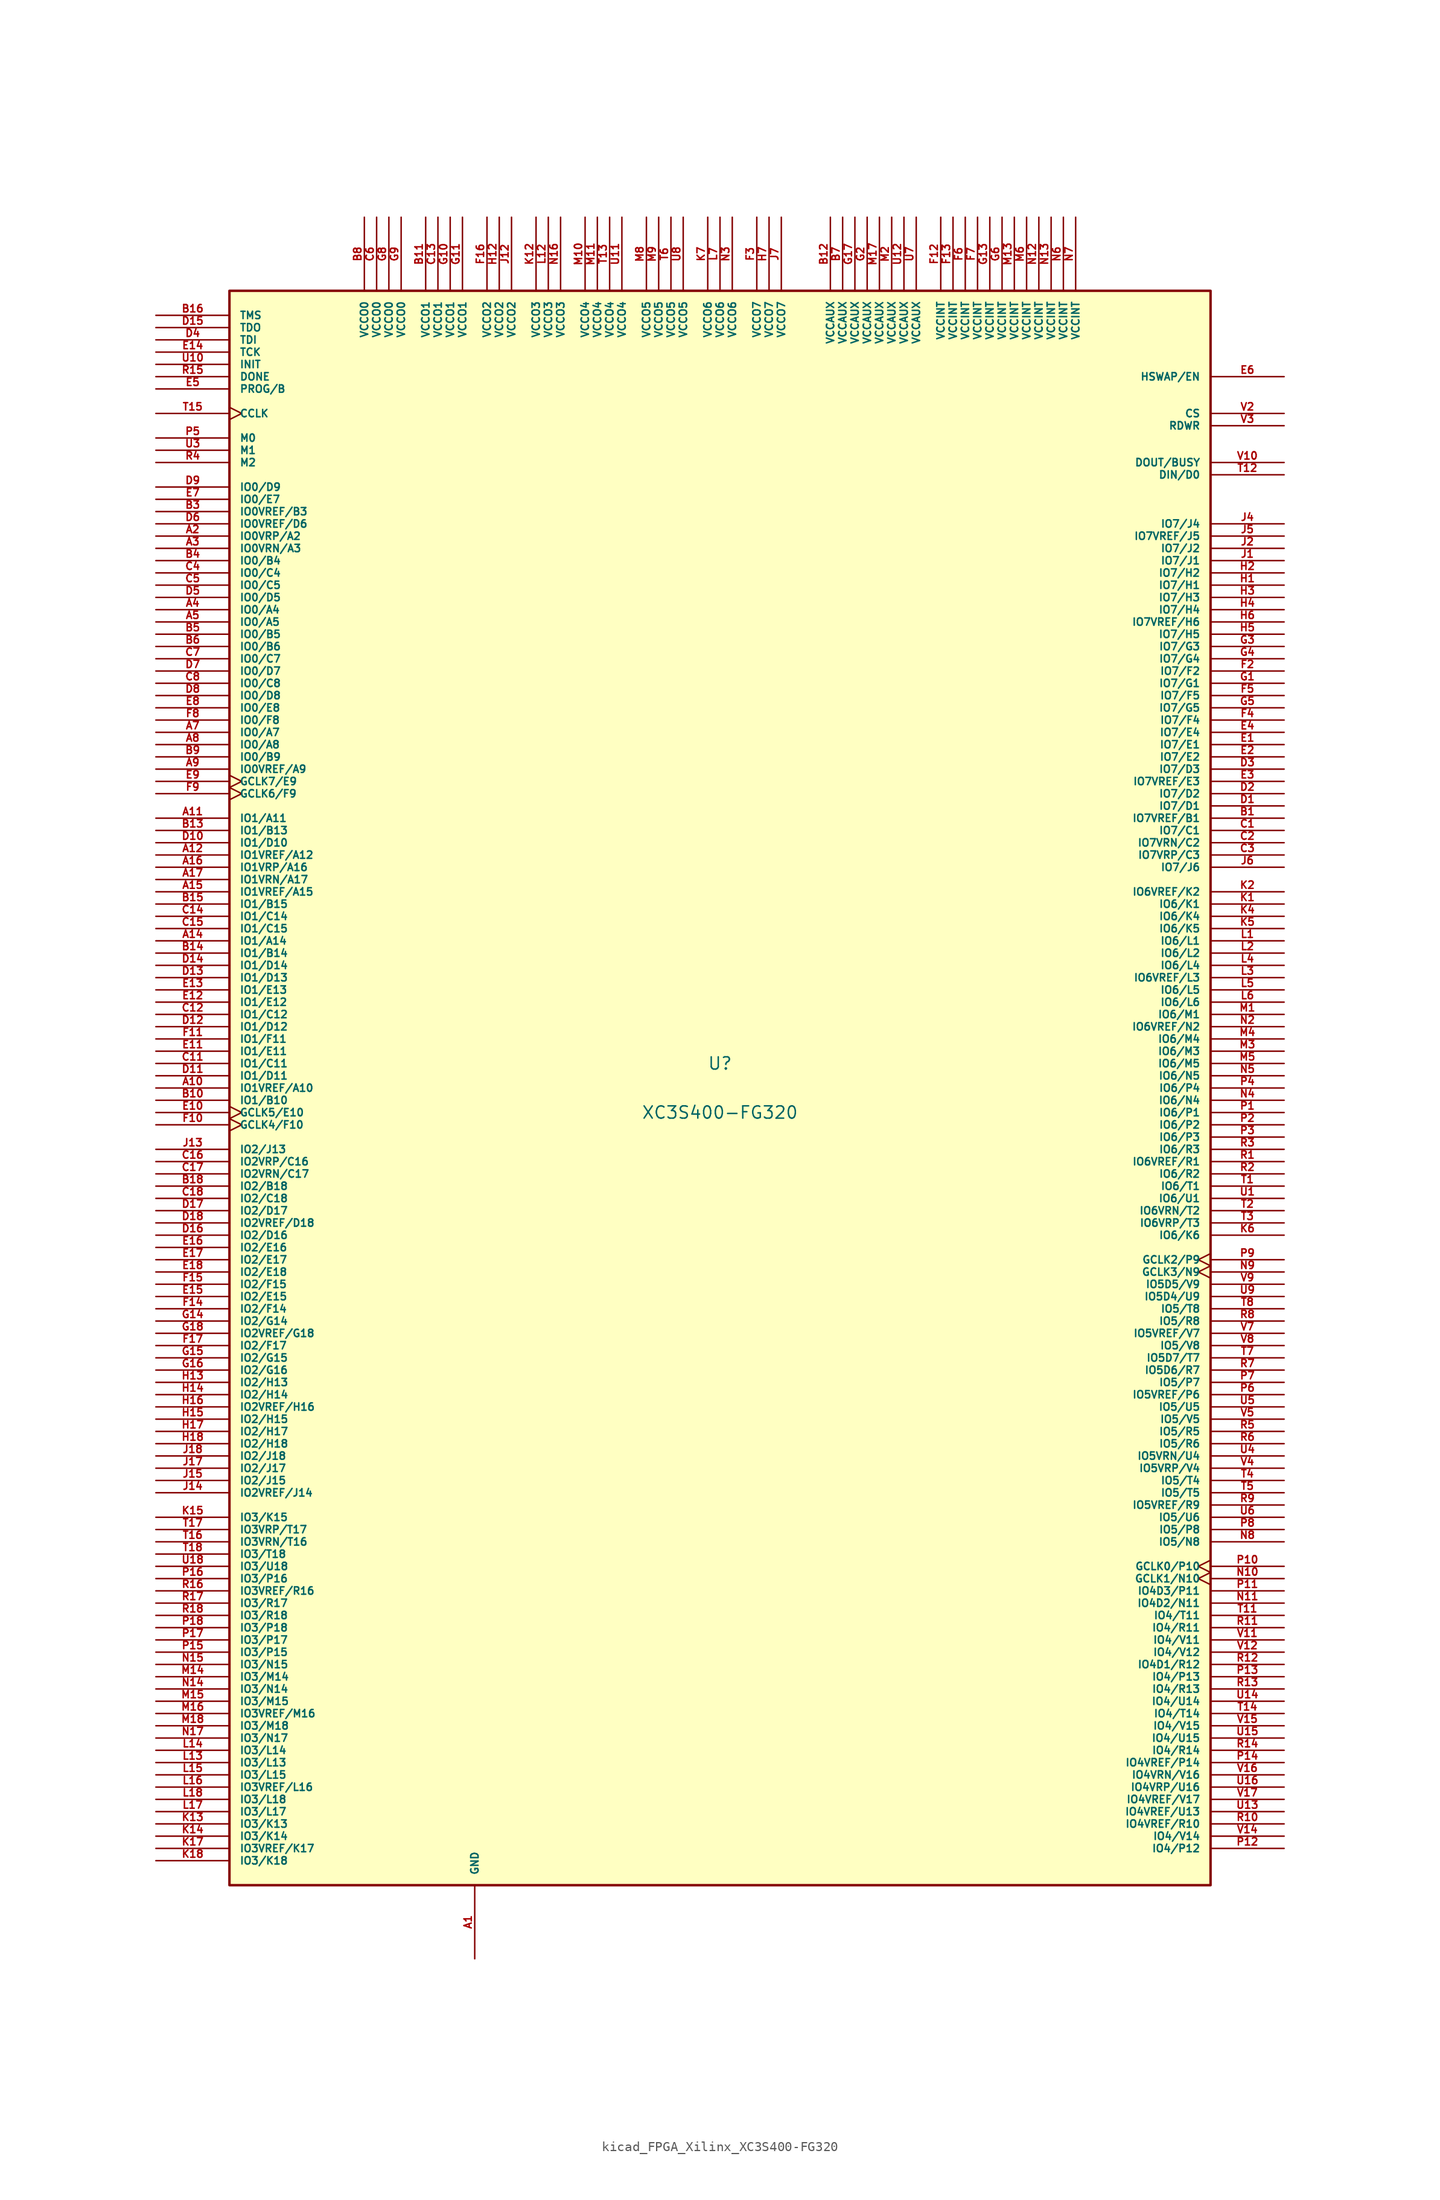
<source format=kicad_sym>
(kicad_symbol_lib
  (version 20220914)
  (generator kicad_symbol_editor)
  (symbol "kicad_FPGA_Xilinx_XC3S400-FG320"
    (pin_names
      (offset 1.016))
    (property "Reference" "U"
      (at 0 2.54 0)
      (effects (font (size 1.27 1.27))))
    (property "Value" "XC3S400-FG320"
      (at 0 -2.54 0)
      (effects (font (size 1.27 1.27))))
    (symbol "kicad_FPGA_Xilinx_XC3S400-FG320_0_1"
      (rectangle (start -50.8 -82.55) (end 50.8 82.55) (stroke (width 0.254) (type default)) (fill (type background))))
    (symbol "kicad_FPGA_Xilinx_XC3S400-FG320_1_1"
      (pin power_in line (at -25.4 -90.17 90) (length 7.62) (name "GND" (effects (font (size 0.762 0.762)))) (number "A1" (effects (font (size 0.762 0.762)))))
      (pin bidirectional line (at -58.42 0 0) (length 7.62) (name "IO1VREF/A10" (effects (font (size 0.762 0.762)))) (number "A10" (effects (font (size 0.762 0.762)))))
      (pin bidirectional line (at -58.42 27.94 0) (length 7.62) (name "IO1/A11" (effects (font (size 0.762 0.762)))) (number "A11" (effects (font (size 0.762 0.762)))))
      (pin bidirectional line (at -58.42 24.13 0) (length 7.62) (name "IO1VREF/A12" (effects (font (size 0.762 0.762)))) (number "A12" (effects (font (size 0.762 0.762)))))
      (pin passive line (at -25.4 -90.17 90) (length 7.62) hide (name "GND" (effects (font (size 0.762 0.762)))) (number "A13" (effects (font (size 0.762 0.762)))))
      (pin bidirectional line (at -58.42 15.24 0) (length 7.62) (name "IO1/A14" (effects (font (size 0.762 0.762)))) (number "A14" (effects (font (size 0.762 0.762)))))
      (pin bidirectional line (at -58.42 20.32 0) (length 7.62) (name "IO1VREF/A15" (effects (font (size 0.762 0.762)))) (number "A15" (effects (font (size 0.762 0.762)))))
      (pin bidirectional line (at -58.42 22.86 0) (length 7.62) (name "IO1VRP/A16" (effects (font (size 0.762 0.762)))) (number "A16" (effects (font (size 0.762 0.762)))))
      (pin bidirectional line (at -58.42 21.59 0) (length 7.62) (name "IO1VRN/A17" (effects (font (size 0.762 0.762)))) (number "A17" (effects (font (size 0.762 0.762)))))
      (pin passive line (at -25.4 -90.17 90) (length 7.62) hide (name "GND" (effects (font (size 0.762 0.762)))) (number "A18" (effects (font (size 0.762 0.762)))))
      (pin bidirectional line (at -58.42 57.15 0) (length 7.62) (name "IO0VRP/A2" (effects (font (size 0.762 0.762)))) (number "A2" (effects (font (size 0.762 0.762)))))
      (pin bidirectional line (at -58.42 55.88 0) (length 7.62) (name "IO0VRN/A3" (effects (font (size 0.762 0.762)))) (number "A3" (effects (font (size 0.762 0.762)))))
      (pin bidirectional line (at -58.42 49.53 0) (length 7.62) (name "IO0/A4" (effects (font (size 0.762 0.762)))) (number "A4" (effects (font (size 0.762 0.762)))))
      (pin bidirectional line (at -58.42 48.26 0) (length 7.62) (name "IO0/A5" (effects (font (size 0.762 0.762)))) (number "A5" (effects (font (size 0.762 0.762)))))
      (pin passive line (at -25.4 -90.17 90) (length 7.62) hide (name "GND" (effects (font (size 0.762 0.762)))) (number "A6" (effects (font (size 0.762 0.762)))))
      (pin bidirectional line (at -58.42 36.83 0) (length 7.62) (name "IO0/A7" (effects (font (size 0.762 0.762)))) (number "A7" (effects (font (size 0.762 0.762)))))
      (pin bidirectional line (at -58.42 35.56 0) (length 7.62) (name "IO0/A8" (effects (font (size 0.762 0.762)))) (number "A8" (effects (font (size 0.762 0.762)))))
      (pin bidirectional line (at -58.42 33.02 0) (length 7.62) (name "IO0VREF/A9" (effects (font (size 0.762 0.762)))) (number "A9" (effects (font (size 0.762 0.762)))))
      (pin bidirectional line (at 58.42 27.94 180) (length 7.62) (name "IO7VREF/B1" (effects (font (size 0.762 0.762)))) (number "B1" (effects (font (size 0.762 0.762)))))
      (pin bidirectional line (at -58.42 -1.27 0) (length 7.62) (name "IO1/B10" (effects (font (size 0.762 0.762)))) (number "B10" (effects (font (size 0.762 0.762)))))
      (pin power_in line (at -30.48 90.17 270) (length 7.62) (name "VCCO1" (effects (font (size 0.762 0.762)))) (number "B11" (effects (font (size 0.762 0.762)))))
      (pin power_in line (at 11.43 90.17 270) (length 7.62) (name "VCCAUX" (effects (font (size 0.762 0.762)))) (number "B12" (effects (font (size 0.762 0.762)))))
      (pin bidirectional line (at -58.42 26.67 0) (length 7.62) (name "IO1/B13" (effects (font (size 0.762 0.762)))) (number "B13" (effects (font (size 0.762 0.762)))))
      (pin bidirectional line (at -58.42 13.97 0) (length 7.62) (name "IO1/B14" (effects (font (size 0.762 0.762)))) (number "B14" (effects (font (size 0.762 0.762)))))
      (pin bidirectional line (at -58.42 19.05 0) (length 7.62) (name "IO1/B15" (effects (font (size 0.762 0.762)))) (number "B15" (effects (font (size 0.762 0.762)))))
      (pin input line (at -58.42 80.01 0) (length 7.62) (name "TMS" (effects (font (size 0.762 0.762)))) (number "B16" (effects (font (size 0.762 0.762)))))
      (pin passive line (at -25.4 -90.17 90) (length 7.62) hide (name "GND" (effects (font (size 0.762 0.762)))) (number "B17" (effects (font (size 0.762 0.762)))))
      (pin bidirectional line (at -58.42 -10.16 0) (length 7.62) (name "IO2/B18" (effects (font (size 0.762 0.762)))) (number "B18" (effects (font (size 0.762 0.762)))))
      (pin passive line (at -25.4 -90.17 90) (length 7.62) hide (name "GND" (effects (font (size 0.762 0.762)))) (number "B2" (effects (font (size 0.762 0.762)))))
      (pin bidirectional line (at -58.42 59.69 0) (length 7.62) (name "IO0VREF/B3" (effects (font (size 0.762 0.762)))) (number "B3" (effects (font (size 0.762 0.762)))))
      (pin bidirectional line (at -58.42 54.61 0) (length 7.62) (name "IO0/B4" (effects (font (size 0.762 0.762)))) (number "B4" (effects (font (size 0.762 0.762)))))
      (pin bidirectional line (at -58.42 46.99 0) (length 7.62) (name "IO0/B5" (effects (font (size 0.762 0.762)))) (number "B5" (effects (font (size 0.762 0.762)))))
      (pin bidirectional line (at -58.42 45.72 0) (length 7.62) (name "IO0/B6" (effects (font (size 0.762 0.762)))) (number "B6" (effects (font (size 0.762 0.762)))))
      (pin power_in line (at 12.7 90.17 270) (length 7.62) (name "VCCAUX" (effects (font (size 0.762 0.762)))) (number "B7" (effects (font (size 0.762 0.762)))))
      (pin power_in line (at -36.83 90.17 270) (length 7.62) (name "VCCO0" (effects (font (size 0.762 0.762)))) (number "B8" (effects (font (size 0.762 0.762)))))
      (pin bidirectional line (at -58.42 34.29 0) (length 7.62) (name "IO0/B9" (effects (font (size 0.762 0.762)))) (number "B9" (effects (font (size 0.762 0.762)))))
      (pin bidirectional line (at 58.42 26.67 180) (length 7.62) (name "IO7/C1" (effects (font (size 0.762 0.762)))) (number "C1" (effects (font (size 0.762 0.762)))))
      (pin passive line (at -25.4 -90.17 90) (length 7.62) hide (name "GND" (effects (font (size 0.762 0.762)))) (number "C10" (effects (font (size 0.762 0.762)))))
      (pin bidirectional line (at -58.42 2.54 0) (length 7.62) (name "IO1/C11" (effects (font (size 0.762 0.762)))) (number "C11" (effects (font (size 0.762 0.762)))))
      (pin bidirectional line (at -58.42 7.62 0) (length 7.62) (name "IO1/C12" (effects (font (size 0.762 0.762)))) (number "C12" (effects (font (size 0.762 0.762)))))
      (pin power_in line (at -29.21 90.17 270) (length 7.62) (name "VCCO1" (effects (font (size 0.762 0.762)))) (number "C13" (effects (font (size 0.762 0.762)))))
      (pin bidirectional line (at -58.42 17.78 0) (length 7.62) (name "IO1/C14" (effects (font (size 0.762 0.762)))) (number "C14" (effects (font (size 0.762 0.762)))))
      (pin bidirectional line (at -58.42 16.51 0) (length 7.62) (name "IO1/C15" (effects (font (size 0.762 0.762)))) (number "C15" (effects (font (size 0.762 0.762)))))
      (pin bidirectional line (at -58.42 -7.62 0) (length 7.62) (name "IO2VRP/C16" (effects (font (size 0.762 0.762)))) (number "C16" (effects (font (size 0.762 0.762)))))
      (pin bidirectional line (at -58.42 -8.89 0) (length 7.62) (name "IO2VRN/C17" (effects (font (size 0.762 0.762)))) (number "C17" (effects (font (size 0.762 0.762)))))
      (pin bidirectional line (at -58.42 -11.43 0) (length 7.62) (name "IO2/C18" (effects (font (size 0.762 0.762)))) (number "C18" (effects (font (size 0.762 0.762)))))
      (pin bidirectional line (at 58.42 25.4 180) (length 7.62) (name "IO7VRN/C2" (effects (font (size 0.762 0.762)))) (number "C2" (effects (font (size 0.762 0.762)))))
      (pin bidirectional line (at 58.42 24.13 180) (length 7.62) (name "IO7VRP/C3" (effects (font (size 0.762 0.762)))) (number "C3" (effects (font (size 0.762 0.762)))))
      (pin bidirectional line (at -58.42 53.34 0) (length 7.62) (name "IO0/C4" (effects (font (size 0.762 0.762)))) (number "C4" (effects (font (size 0.762 0.762)))))
      (pin bidirectional line (at -58.42 52.07 0) (length 7.62) (name "IO0/C5" (effects (font (size 0.762 0.762)))) (number "C5" (effects (font (size 0.762 0.762)))))
      (pin power_in line (at -35.56 90.17 270) (length 7.62) (name "VCCO0" (effects (font (size 0.762 0.762)))) (number "C6" (effects (font (size 0.762 0.762)))))
      (pin bidirectional line (at -58.42 44.45 0) (length 7.62) (name "IO0/C7" (effects (font (size 0.762 0.762)))) (number "C7" (effects (font (size 0.762 0.762)))))
      (pin bidirectional line (at -58.42 41.91 0) (length 7.62) (name "IO0/C8" (effects (font (size 0.762 0.762)))) (number "C8" (effects (font (size 0.762 0.762)))))
      (pin passive line (at -25.4 -90.17 90) (length 7.62) hide (name "GND" (effects (font (size 0.762 0.762)))) (number "C9" (effects (font (size 0.762 0.762)))))
      (pin bidirectional line (at 58.42 29.21 180) (length 7.62) (name "IO7/D1" (effects (font (size 0.762 0.762)))) (number "D1" (effects (font (size 0.762 0.762)))))
      (pin bidirectional line (at -58.42 25.4 0) (length 7.62) (name "IO1/D10" (effects (font (size 0.762 0.762)))) (number "D10" (effects (font (size 0.762 0.762)))))
      (pin bidirectional line (at -58.42 1.27 0) (length 7.62) (name "IO1/D11" (effects (font (size 0.762 0.762)))) (number "D11" (effects (font (size 0.762 0.762)))))
      (pin bidirectional line (at -58.42 6.35 0) (length 7.62) (name "IO1/D12" (effects (font (size 0.762 0.762)))) (number "D12" (effects (font (size 0.762 0.762)))))
      (pin bidirectional line (at -58.42 11.43 0) (length 7.62) (name "IO1/D13" (effects (font (size 0.762 0.762)))) (number "D13" (effects (font (size 0.762 0.762)))))
      (pin bidirectional line (at -58.42 12.7 0) (length 7.62) (name "IO1/D14" (effects (font (size 0.762 0.762)))) (number "D14" (effects (font (size 0.762 0.762)))))
      (pin output line (at -58.42 78.74 0) (length 7.62) (name "TDO" (effects (font (size 0.762 0.762)))) (number "D15" (effects (font (size 0.762 0.762)))))
      (pin bidirectional line (at -58.42 -15.24 0) (length 7.62) (name "IO2/D16" (effects (font (size 0.762 0.762)))) (number "D16" (effects (font (size 0.762 0.762)))))
      (pin bidirectional line (at -58.42 -12.7 0) (length 7.62) (name "IO2/D17" (effects (font (size 0.762 0.762)))) (number "D17" (effects (font (size 0.762 0.762)))))
      (pin bidirectional line (at -58.42 -13.97 0) (length 7.62) (name "IO2VREF/D18" (effects (font (size 0.762 0.762)))) (number "D18" (effects (font (size 0.762 0.762)))))
      (pin bidirectional line (at 58.42 30.48 180) (length 7.62) (name "IO7/D2" (effects (font (size 0.762 0.762)))) (number "D2" (effects (font (size 0.762 0.762)))))
      (pin bidirectional line (at 58.42 33.02 180) (length 7.62) (name "IO7/D3" (effects (font (size 0.762 0.762)))) (number "D3" (effects (font (size 0.762 0.762)))))
      (pin input line (at -58.42 77.47 0) (length 7.62) (name "TDI" (effects (font (size 0.762 0.762)))) (number "D4" (effects (font (size 0.762 0.762)))))
      (pin bidirectional line (at -58.42 50.8 0) (length 7.62) (name "IO0/D5" (effects (font (size 0.762 0.762)))) (number "D5" (effects (font (size 0.762 0.762)))))
      (pin bidirectional line (at -58.42 58.42 0) (length 7.62) (name "IO0VREF/D6" (effects (font (size 0.762 0.762)))) (number "D6" (effects (font (size 0.762 0.762)))))
      (pin bidirectional line (at -58.42 43.18 0) (length 7.62) (name "IO0/D7" (effects (font (size 0.762 0.762)))) (number "D7" (effects (font (size 0.762 0.762)))))
      (pin bidirectional line (at -58.42 40.64 0) (length 7.62) (name "IO0/D8" (effects (font (size 0.762 0.762)))) (number "D8" (effects (font (size 0.762 0.762)))))
      (pin bidirectional line (at -58.42 62.23 0) (length 7.62) (name "IO0/D9" (effects (font (size 0.762 0.762)))) (number "D9" (effects (font (size 0.762 0.762)))))
      (pin bidirectional line (at 58.42 35.56 180) (length 7.62) (name "IO7/E1" (effects (font (size 0.762 0.762)))) (number "E1" (effects (font (size 0.762 0.762)))))
      (pin input clock (at -58.42 -2.54 0) (length 7.62) (name "GCLK5/E10" (effects (font (size 0.762 0.762)))) (number "E10" (effects (font (size 0.762 0.762)))))
      (pin bidirectional line (at -58.42 3.81 0) (length 7.62) (name "IO1/E11" (effects (font (size 0.762 0.762)))) (number "E11" (effects (font (size 0.762 0.762)))))
      (pin bidirectional line (at -58.42 8.89 0) (length 7.62) (name "IO1/E12" (effects (font (size 0.762 0.762)))) (number "E12" (effects (font (size 0.762 0.762)))))
      (pin bidirectional line (at -58.42 10.16 0) (length 7.62) (name "IO1/E13" (effects (font (size 0.762 0.762)))) (number "E13" (effects (font (size 0.762 0.762)))))
      (pin input line (at -58.42 76.2 0) (length 7.62) (name "TCK" (effects (font (size 0.762 0.762)))) (number "E14" (effects (font (size 0.762 0.762)))))
      (pin bidirectional line (at -58.42 -21.59 0) (length 7.62) (name "IO2/E15" (effects (font (size 0.762 0.762)))) (number "E15" (effects (font (size 0.762 0.762)))))
      (pin bidirectional line (at -58.42 -16.51 0) (length 7.62) (name "IO2/E16" (effects (font (size 0.762 0.762)))) (number "E16" (effects (font (size 0.762 0.762)))))
      (pin bidirectional line (at -58.42 -17.78 0) (length 7.62) (name "IO2/E17" (effects (font (size 0.762 0.762)))) (number "E17" (effects (font (size 0.762 0.762)))))
      (pin bidirectional line (at -58.42 -19.05 0) (length 7.62) (name "IO2/E18" (effects (font (size 0.762 0.762)))) (number "E18" (effects (font (size 0.762 0.762)))))
      (pin bidirectional line (at 58.42 34.29 180) (length 7.62) (name "IO7/E2" (effects (font (size 0.762 0.762)))) (number "E2" (effects (font (size 0.762 0.762)))))
      (pin bidirectional line (at 58.42 31.75 180) (length 7.62) (name "IO7VREF/E3" (effects (font (size 0.762 0.762)))) (number "E3" (effects (font (size 0.762 0.762)))))
      (pin bidirectional line (at 58.42 36.83 180) (length 7.62) (name "IO7/E4" (effects (font (size 0.762 0.762)))) (number "E4" (effects (font (size 0.762 0.762)))))
      (pin input line (at -58.42 72.39 0) (length 7.62) (name "PROG/B" (effects (font (size 0.762 0.762)))) (number "E5" (effects (font (size 0.762 0.762)))))
      (pin input line (at 58.42 73.66 180) (length 7.62) (name "HSWAP/EN" (effects (font (size 0.762 0.762)))) (number "E6" (effects (font (size 0.762 0.762)))))
      (pin bidirectional line (at -58.42 60.96 0) (length 7.62) (name "IO0/E7" (effects (font (size 0.762 0.762)))) (number "E7" (effects (font (size 0.762 0.762)))))
      (pin bidirectional line (at -58.42 39.37 0) (length 7.62) (name "IO0/E8" (effects (font (size 0.762 0.762)))) (number "E8" (effects (font (size 0.762 0.762)))))
      (pin input clock (at -58.42 31.75 0) (length 7.62) (name "GCLK7/E9" (effects (font (size 0.762 0.762)))) (number "E9" (effects (font (size 0.762 0.762)))))
      (pin passive line (at -25.4 -90.17 90) (length 7.62) hide (name "GND" (effects (font (size 0.762 0.762)))) (number "F1" (effects (font (size 0.762 0.762)))))
      (pin input clock (at -58.42 -3.81 0) (length 7.62) (name "GCLK4/F10" (effects (font (size 0.762 0.762)))) (number "F10" (effects (font (size 0.762 0.762)))))
      (pin bidirectional line (at -58.42 5.08 0) (length 7.62) (name "IO1/F11" (effects (font (size 0.762 0.762)))) (number "F11" (effects (font (size 0.762 0.762)))))
      (pin power_in line (at 22.86 90.17 270) (length 7.62) (name "VCCINT" (effects (font (size 0.762 0.762)))) (number "F12" (effects (font (size 0.762 0.762)))))
      (pin power_in line (at 24.13 90.17 270) (length 7.62) (name "VCCINT" (effects (font (size 0.762 0.762)))) (number "F13" (effects (font (size 0.762 0.762)))))
      (pin bidirectional line (at -58.42 -22.86 0) (length 7.62) (name "IO2/F14" (effects (font (size 0.762 0.762)))) (number "F14" (effects (font (size 0.762 0.762)))))
      (pin bidirectional line (at -58.42 -20.32 0) (length 7.62) (name "IO2/F15" (effects (font (size 0.762 0.762)))) (number "F15" (effects (font (size 0.762 0.762)))))
      (pin power_in line (at -24.13 90.17 270) (length 7.62) (name "VCCO2" (effects (font (size 0.762 0.762)))) (number "F16" (effects (font (size 0.762 0.762)))))
      (pin bidirectional line (at -58.42 -26.67 0) (length 7.62) (name "IO2/F17" (effects (font (size 0.762 0.762)))) (number "F17" (effects (font (size 0.762 0.762)))))
      (pin passive line (at -25.4 -90.17 90) (length 7.62) hide (name "GND" (effects (font (size 0.762 0.762)))) (number "F18" (effects (font (size 0.762 0.762)))))
      (pin bidirectional line (at 58.42 43.18 180) (length 7.62) (name "IO7/F2" (effects (font (size 0.762 0.762)))) (number "F2" (effects (font (size 0.762 0.762)))))
      (pin power_in line (at 3.81 90.17 270) (length 7.62) (name "VCCO7" (effects (font (size 0.762 0.762)))) (number "F3" (effects (font (size 0.762 0.762)))))
      (pin bidirectional line (at 58.42 38.1 180) (length 7.62) (name "IO7/F4" (effects (font (size 0.762 0.762)))) (number "F4" (effects (font (size 0.762 0.762)))))
      (pin bidirectional line (at 58.42 40.64 180) (length 7.62) (name "IO7/F5" (effects (font (size 0.762 0.762)))) (number "F5" (effects (font (size 0.762 0.762)))))
      (pin power_in line (at 25.4 90.17 270) (length 7.62) (name "VCCINT" (effects (font (size 0.762 0.762)))) (number "F6" (effects (font (size 0.762 0.762)))))
      (pin power_in line (at 26.67 90.17 270) (length 7.62) (name "VCCINT" (effects (font (size 0.762 0.762)))) (number "F7" (effects (font (size 0.762 0.762)))))
      (pin bidirectional line (at -58.42 38.1 0) (length 7.62) (name "IO0/F8" (effects (font (size 0.762 0.762)))) (number "F8" (effects (font (size 0.762 0.762)))))
      (pin input clock (at -58.42 30.48 0) (length 7.62) (name "GCLK6/F9" (effects (font (size 0.762 0.762)))) (number "F9" (effects (font (size 0.762 0.762)))))
      (pin bidirectional line (at 58.42 41.91 180) (length 7.62) (name "IO7/G1" (effects (font (size 0.762 0.762)))) (number "G1" (effects (font (size 0.762 0.762)))))
      (pin power_in line (at -27.94 90.17 270) (length 7.62) (name "VCCO1" (effects (font (size 0.762 0.762)))) (number "G10" (effects (font (size 0.762 0.762)))))
      (pin power_in line (at -26.67 90.17 270) (length 7.62) (name "VCCO1" (effects (font (size 0.762 0.762)))) (number "G11" (effects (font (size 0.762 0.762)))))
      (pin passive line (at -25.4 -90.17 90) (length 7.62) hide (name "GND" (effects (font (size 0.762 0.762)))) (number "G12" (effects (font (size 0.762 0.762)))))
      (pin power_in line (at 27.94 90.17 270) (length 7.62) (name "VCCINT" (effects (font (size 0.762 0.762)))) (number "G13" (effects (font (size 0.762 0.762)))))
      (pin bidirectional line (at -58.42 -24.13 0) (length 7.62) (name "IO2/G14" (effects (font (size 0.762 0.762)))) (number "G14" (effects (font (size 0.762 0.762)))))
      (pin bidirectional line (at -58.42 -27.94 0) (length 7.62) (name "IO2/G15" (effects (font (size 0.762 0.762)))) (number "G15" (effects (font (size 0.762 0.762)))))
      (pin bidirectional line (at -58.42 -29.21 0) (length 7.62) (name "IO2/G16" (effects (font (size 0.762 0.762)))) (number "G16" (effects (font (size 0.762 0.762)))))
      (pin power_in line (at 13.97 90.17 270) (length 7.62) (name "VCCAUX" (effects (font (size 0.762 0.762)))) (number "G17" (effects (font (size 0.762 0.762)))))
      (pin bidirectional line (at -58.42 -25.4 0) (length 7.62) (name "IO2VREF/G18" (effects (font (size 0.762 0.762)))) (number "G18" (effects (font (size 0.762 0.762)))))
      (pin power_in line (at 15.24 90.17 270) (length 7.62) (name "VCCAUX" (effects (font (size 0.762 0.762)))) (number "G2" (effects (font (size 0.762 0.762)))))
      (pin bidirectional line (at 58.42 45.72 180) (length 7.62) (name "IO7/G3" (effects (font (size 0.762 0.762)))) (number "G3" (effects (font (size 0.762 0.762)))))
      (pin bidirectional line (at 58.42 44.45 180) (length 7.62) (name "IO7/G4" (effects (font (size 0.762 0.762)))) (number "G4" (effects (font (size 0.762 0.762)))))
      (pin bidirectional line (at 58.42 39.37 180) (length 7.62) (name "IO7/G5" (effects (font (size 0.762 0.762)))) (number "G5" (effects (font (size 0.762 0.762)))))
      (pin power_in line (at 29.21 90.17 270) (length 7.62) (name "VCCINT" (effects (font (size 0.762 0.762)))) (number "G6" (effects (font (size 0.762 0.762)))))
      (pin passive line (at -25.4 -90.17 90) (length 7.62) hide (name "GND" (effects (font (size 0.762 0.762)))) (number "G7" (effects (font (size 0.762 0.762)))))
      (pin power_in line (at -34.29 90.17 270) (length 7.62) (name "VCCO0" (effects (font (size 0.762 0.762)))) (number "G8" (effects (font (size 0.762 0.762)))))
      (pin power_in line (at -33.02 90.17 270) (length 7.62) (name "VCCO0" (effects (font (size 0.762 0.762)))) (number "G9" (effects (font (size 0.762 0.762)))))
      (pin bidirectional line (at 58.42 52.07 180) (length 7.62) (name "IO7/H1" (effects (font (size 0.762 0.762)))) (number "H1" (effects (font (size 0.762 0.762)))))
      (pin passive line (at -25.4 -90.17 90) (length 7.62) hide (name "GND" (effects (font (size 0.762 0.762)))) (number "H10" (effects (font (size 0.762 0.762)))))
      (pin passive line (at -25.4 -90.17 90) (length 7.62) hide (name "GND" (effects (font (size 0.762 0.762)))) (number "H11" (effects (font (size 0.762 0.762)))))
      (pin power_in line (at -22.86 90.17 270) (length 7.62) (name "VCCO2" (effects (font (size 0.762 0.762)))) (number "H12" (effects (font (size 0.762 0.762)))))
      (pin bidirectional line (at -58.42 -30.48 0) (length 7.62) (name "IO2/H13" (effects (font (size 0.762 0.762)))) (number "H13" (effects (font (size 0.762 0.762)))))
      (pin bidirectional line (at -58.42 -31.75 0) (length 7.62) (name "IO2/H14" (effects (font (size 0.762 0.762)))) (number "H14" (effects (font (size 0.762 0.762)))))
      (pin bidirectional line (at -58.42 -34.29 0) (length 7.62) (name "IO2/H15" (effects (font (size 0.762 0.762)))) (number "H15" (effects (font (size 0.762 0.762)))))
      (pin bidirectional line (at -58.42 -33.02 0) (length 7.62) (name "IO2VREF/H16" (effects (font (size 0.762 0.762)))) (number "H16" (effects (font (size 0.762 0.762)))))
      (pin bidirectional line (at -58.42 -35.56 0) (length 7.62) (name "IO2/H17" (effects (font (size 0.762 0.762)))) (number "H17" (effects (font (size 0.762 0.762)))))
      (pin bidirectional line (at -58.42 -36.83 0) (length 7.62) (name "IO2/H18" (effects (font (size 0.762 0.762)))) (number "H18" (effects (font (size 0.762 0.762)))))
      (pin bidirectional line (at 58.42 53.34 180) (length 7.62) (name "IO7/H2" (effects (font (size 0.762 0.762)))) (number "H2" (effects (font (size 0.762 0.762)))))
      (pin bidirectional line (at 58.42 50.8 180) (length 7.62) (name "IO7/H3" (effects (font (size 0.762 0.762)))) (number "H3" (effects (font (size 0.762 0.762)))))
      (pin bidirectional line (at 58.42 49.53 180) (length 7.62) (name "IO7/H4" (effects (font (size 0.762 0.762)))) (number "H4" (effects (font (size 0.762 0.762)))))
      (pin bidirectional line (at 58.42 46.99 180) (length 7.62) (name "IO7/H5" (effects (font (size 0.762 0.762)))) (number "H5" (effects (font (size 0.762 0.762)))))
      (pin bidirectional line (at 58.42 48.26 180) (length 7.62) (name "IO7VREF/H6" (effects (font (size 0.762 0.762)))) (number "H6" (effects (font (size 0.762 0.762)))))
      (pin power_in line (at 5.08 90.17 270) (length 7.62) (name "VCCO7" (effects (font (size 0.762 0.762)))) (number "H7" (effects (font (size 0.762 0.762)))))
      (pin passive line (at -25.4 -90.17 90) (length 7.62) hide (name "GND" (effects (font (size 0.762 0.762)))) (number "H8" (effects (font (size 0.762 0.762)))))
      (pin passive line (at -25.4 -90.17 90) (length 7.62) hide (name "GND" (effects (font (size 0.762 0.762)))) (number "H9" (effects (font (size 0.762 0.762)))))
      (pin bidirectional line (at 58.42 54.61 180) (length 7.62) (name "IO7/J1" (effects (font (size 0.762 0.762)))) (number "J1" (effects (font (size 0.762 0.762)))))
      (pin passive line (at -25.4 -90.17 90) (length 7.62) hide (name "GND" (effects (font (size 0.762 0.762)))) (number "J11" (effects (font (size 0.762 0.762)))))
      (pin power_in line (at -21.59 90.17 270) (length 7.62) (name "VCCO2" (effects (font (size 0.762 0.762)))) (number "J12" (effects (font (size 0.762 0.762)))))
      (pin bidirectional line (at -58.42 -6.35 0) (length 7.62) (name "IO2/J13" (effects (font (size 0.762 0.762)))) (number "J13" (effects (font (size 0.762 0.762)))))
      (pin bidirectional line (at -58.42 -41.91 0) (length 7.62) (name "IO2VREF/J14" (effects (font (size 0.762 0.762)))) (number "J14" (effects (font (size 0.762 0.762)))))
      (pin bidirectional line (at -58.42 -40.64 0) (length 7.62) (name "IO2/J15" (effects (font (size 0.762 0.762)))) (number "J15" (effects (font (size 0.762 0.762)))))
      (pin passive line (at -25.4 -90.17 90) (length 7.62) hide (name "GND" (effects (font (size 0.762 0.762)))) (number "J16" (effects (font (size 0.762 0.762)))))
      (pin bidirectional line (at -58.42 -39.37 0) (length 7.62) (name "IO2/J17" (effects (font (size 0.762 0.762)))) (number "J17" (effects (font (size 0.762 0.762)))))
      (pin bidirectional line (at -58.42 -38.1 0) (length 7.62) (name "IO2/J18" (effects (font (size 0.762 0.762)))) (number "J18" (effects (font (size 0.762 0.762)))))
      (pin bidirectional line (at 58.42 55.88 180) (length 7.62) (name "IO7/J2" (effects (font (size 0.762 0.762)))) (number "J2" (effects (font (size 0.762 0.762)))))
      (pin passive line (at -25.4 -90.17 90) (length 7.62) hide (name "GND" (effects (font (size 0.762 0.762)))) (number "J3" (effects (font (size 0.762 0.762)))))
      (pin bidirectional line (at 58.42 58.42 180) (length 7.62) (name "IO7/J4" (effects (font (size 0.762 0.762)))) (number "J4" (effects (font (size 0.762 0.762)))))
      (pin bidirectional line (at 58.42 57.15 180) (length 7.62) (name "IO7VREF/J5" (effects (font (size 0.762 0.762)))) (number "J5" (effects (font (size 0.762 0.762)))))
      (pin bidirectional line (at 58.42 22.86 180) (length 7.62) (name "IO7/J6" (effects (font (size 0.762 0.762)))) (number "J6" (effects (font (size 0.762 0.762)))))
      (pin power_in line (at 6.35 90.17 270) (length 7.62) (name "VCCO7" (effects (font (size 0.762 0.762)))) (number "J7" (effects (font (size 0.762 0.762)))))
      (pin passive line (at -25.4 -90.17 90) (length 7.62) hide (name "GND" (effects (font (size 0.762 0.762)))) (number "J8" (effects (font (size 0.762 0.762)))))
      (pin bidirectional line (at 58.42 19.05 180) (length 7.62) (name "IO6/K1" (effects (font (size 0.762 0.762)))) (number "K1" (effects (font (size 0.762 0.762)))))
      (pin passive line (at -25.4 -90.17 90) (length 7.62) hide (name "GND" (effects (font (size 0.762 0.762)))) (number "K11" (effects (font (size 0.762 0.762)))))
      (pin power_in line (at -19.05 90.17 270) (length 7.62) (name "VCCO3" (effects (font (size 0.762 0.762)))) (number "K12" (effects (font (size 0.762 0.762)))))
      (pin bidirectional line (at -58.42 -76.2 0) (length 7.62) (name "IO3/K13" (effects (font (size 0.762 0.762)))) (number "K13" (effects (font (size 0.762 0.762)))))
      (pin bidirectional line (at -58.42 -77.47 0) (length 7.62) (name "IO3/K14" (effects (font (size 0.762 0.762)))) (number "K14" (effects (font (size 0.762 0.762)))))
      (pin bidirectional line (at -58.42 -44.45 0) (length 7.62) (name "IO3/K15" (effects (font (size 0.762 0.762)))) (number "K15" (effects (font (size 0.762 0.762)))))
      (pin passive line (at -25.4 -90.17 90) (length 7.62) hide (name "GND" (effects (font (size 0.762 0.762)))) (number "K16" (effects (font (size 0.762 0.762)))))
      (pin bidirectional line (at -58.42 -78.74 0) (length 7.62) (name "IO3VREF/K17" (effects (font (size 0.762 0.762)))) (number "K17" (effects (font (size 0.762 0.762)))))
      (pin bidirectional line (at -58.42 -80.01 0) (length 7.62) (name "IO3/K18" (effects (font (size 0.762 0.762)))) (number "K18" (effects (font (size 0.762 0.762)))))
      (pin bidirectional line (at 58.42 20.32 180) (length 7.62) (name "IO6VREF/K2" (effects (font (size 0.762 0.762)))) (number "K2" (effects (font (size 0.762 0.762)))))
      (pin passive line (at -25.4 -90.17 90) (length 7.62) hide (name "GND" (effects (font (size 0.762 0.762)))) (number "K3" (effects (font (size 0.762 0.762)))))
      (pin bidirectional line (at 58.42 17.78 180) (length 7.62) (name "IO6/K4" (effects (font (size 0.762 0.762)))) (number "K4" (effects (font (size 0.762 0.762)))))
      (pin bidirectional line (at 58.42 16.51 180) (length 7.62) (name "IO6/K5" (effects (font (size 0.762 0.762)))) (number "K5" (effects (font (size 0.762 0.762)))))
      (pin bidirectional line (at 58.42 -15.24 180) (length 7.62) (name "IO6/K6" (effects (font (size 0.762 0.762)))) (number "K6" (effects (font (size 0.762 0.762)))))
      (pin power_in line (at -1.27 90.17 270) (length 7.62) (name "VCCO6" (effects (font (size 0.762 0.762)))) (number "K7" (effects (font (size 0.762 0.762)))))
      (pin passive line (at -25.4 -90.17 90) (length 7.62) hide (name "GND" (effects (font (size 0.762 0.762)))) (number "K8" (effects (font (size 0.762 0.762)))))
      (pin bidirectional line (at 58.42 15.24 180) (length 7.62) (name "IO6/L1" (effects (font (size 0.762 0.762)))) (number "L1" (effects (font (size 0.762 0.762)))))
      (pin passive line (at -25.4 -90.17 90) (length 7.62) hide (name "GND" (effects (font (size 0.762 0.762)))) (number "L10" (effects (font (size 0.762 0.762)))))
      (pin passive line (at -25.4 -90.17 90) (length 7.62) hide (name "GND" (effects (font (size 0.762 0.762)))) (number "L11" (effects (font (size 0.762 0.762)))))
      (pin power_in line (at -17.78 90.17 270) (length 7.62) (name "VCCO3" (effects (font (size 0.762 0.762)))) (number "L12" (effects (font (size 0.762 0.762)))))
      (pin bidirectional line (at -58.42 -69.85 0) (length 7.62) (name "IO3/L13" (effects (font (size 0.762 0.762)))) (number "L13" (effects (font (size 0.762 0.762)))))
      (pin bidirectional line (at -58.42 -68.58 0) (length 7.62) (name "IO3/L14" (effects (font (size 0.762 0.762)))) (number "L14" (effects (font (size 0.762 0.762)))))
      (pin bidirectional line (at -58.42 -71.12 0) (length 7.62) (name "IO3/L15" (effects (font (size 0.762 0.762)))) (number "L15" (effects (font (size 0.762 0.762)))))
      (pin bidirectional line (at -58.42 -72.39 0) (length 7.62) (name "IO3VREF/L16" (effects (font (size 0.762 0.762)))) (number "L16" (effects (font (size 0.762 0.762)))))
      (pin bidirectional line (at -58.42 -74.93 0) (length 7.62) (name "IO3/L17" (effects (font (size 0.762 0.762)))) (number "L17" (effects (font (size 0.762 0.762)))))
      (pin bidirectional line (at -58.42 -73.66 0) (length 7.62) (name "IO3/L18" (effects (font (size 0.762 0.762)))) (number "L18" (effects (font (size 0.762 0.762)))))
      (pin bidirectional line (at 58.42 13.97 180) (length 7.62) (name "IO6/L2" (effects (font (size 0.762 0.762)))) (number "L2" (effects (font (size 0.762 0.762)))))
      (pin bidirectional line (at 58.42 11.43 180) (length 7.62) (name "IO6VREF/L3" (effects (font (size 0.762 0.762)))) (number "L3" (effects (font (size 0.762 0.762)))))
      (pin bidirectional line (at 58.42 12.7 180) (length 7.62) (name "IO6/L4" (effects (font (size 0.762 0.762)))) (number "L4" (effects (font (size 0.762 0.762)))))
      (pin bidirectional line (at 58.42 10.16 180) (length 7.62) (name "IO6/L5" (effects (font (size 0.762 0.762)))) (number "L5" (effects (font (size 0.762 0.762)))))
      (pin bidirectional line (at 58.42 8.89 180) (length 7.62) (name "IO6/L6" (effects (font (size 0.762 0.762)))) (number "L6" (effects (font (size 0.762 0.762)))))
      (pin power_in line (at 0 90.17 270) (length 7.62) (name "VCCO6" (effects (font (size 0.762 0.762)))) (number "L7" (effects (font (size 0.762 0.762)))))
      (pin passive line (at -25.4 -90.17 90) (length 7.62) hide (name "GND" (effects (font (size 0.762 0.762)))) (number "L8" (effects (font (size 0.762 0.762)))))
      (pin passive line (at -25.4 -90.17 90) (length 7.62) hide (name "GND" (effects (font (size 0.762 0.762)))) (number "L9" (effects (font (size 0.762 0.762)))))
      (pin bidirectional line (at 58.42 7.62 180) (length 7.62) (name "IO6/M1" (effects (font (size 0.762 0.762)))) (number "M1" (effects (font (size 0.762 0.762)))))
      (pin power_in line (at -13.97 90.17 270) (length 7.62) (name "VCCO4" (effects (font (size 0.762 0.762)))) (number "M10" (effects (font (size 0.762 0.762)))))
      (pin power_in line (at -12.7 90.17 270) (length 7.62) (name "VCCO4" (effects (font (size 0.762 0.762)))) (number "M11" (effects (font (size 0.762 0.762)))))
      (pin passive line (at -25.4 -90.17 90) (length 7.62) hide (name "GND" (effects (font (size 0.762 0.762)))) (number "M12" (effects (font (size 0.762 0.762)))))
      (pin power_in line (at 30.48 90.17 270) (length 7.62) (name "VCCINT" (effects (font (size 0.762 0.762)))) (number "M13" (effects (font (size 0.762 0.762)))))
      (pin bidirectional line (at -58.42 -60.96 0) (length 7.62) (name "IO3/M14" (effects (font (size 0.762 0.762)))) (number "M14" (effects (font (size 0.762 0.762)))))
      (pin bidirectional line (at -58.42 -63.5 0) (length 7.62) (name "IO3/M15" (effects (font (size 0.762 0.762)))) (number "M15" (effects (font (size 0.762 0.762)))))
      (pin bidirectional line (at -58.42 -64.77 0) (length 7.62) (name "IO3VREF/M16" (effects (font (size 0.762 0.762)))) (number "M16" (effects (font (size 0.762 0.762)))))
      (pin power_in line (at 16.51 90.17 270) (length 7.62) (name "VCCAUX" (effects (font (size 0.762 0.762)))) (number "M17" (effects (font (size 0.762 0.762)))))
      (pin bidirectional line (at -58.42 -66.04 0) (length 7.62) (name "IO3/M18" (effects (font (size 0.762 0.762)))) (number "M18" (effects (font (size 0.762 0.762)))))
      (pin power_in line (at 17.78 90.17 270) (length 7.62) (name "VCCAUX" (effects (font (size 0.762 0.762)))) (number "M2" (effects (font (size 0.762 0.762)))))
      (pin bidirectional line (at 58.42 3.81 180) (length 7.62) (name "IO6/M3" (effects (font (size 0.762 0.762)))) (number "M3" (effects (font (size 0.762 0.762)))))
      (pin bidirectional line (at 58.42 5.08 180) (length 7.62) (name "IO6/M4" (effects (font (size 0.762 0.762)))) (number "M4" (effects (font (size 0.762 0.762)))))
      (pin bidirectional line (at 58.42 2.54 180) (length 7.62) (name "IO6/M5" (effects (font (size 0.762 0.762)))) (number "M5" (effects (font (size 0.762 0.762)))))
      (pin power_in line (at 31.75 90.17 270) (length 7.62) (name "VCCINT" (effects (font (size 0.762 0.762)))) (number "M6" (effects (font (size 0.762 0.762)))))
      (pin passive line (at -25.4 -90.17 90) (length 7.62) hide (name "GND" (effects (font (size 0.762 0.762)))) (number "M7" (effects (font (size 0.762 0.762)))))
      (pin power_in line (at -7.62 90.17 270) (length 7.62) (name "VCCO5" (effects (font (size 0.762 0.762)))) (number "M8" (effects (font (size 0.762 0.762)))))
      (pin power_in line (at -6.35 90.17 270) (length 7.62) (name "VCCO5" (effects (font (size 0.762 0.762)))) (number "M9" (effects (font (size 0.762 0.762)))))
      (pin passive line (at -25.4 -90.17 90) (length 7.62) hide (name "GND" (effects (font (size 0.762 0.762)))) (number "N1" (effects (font (size 0.762 0.762)))))
      (pin input clock (at 58.42 -50.8 180) (length 7.62) (name "GCLK1/N10" (effects (font (size 0.762 0.762)))) (number "N10" (effects (font (size 0.762 0.762)))))
      (pin bidirectional line (at 58.42 -53.34 180) (length 7.62) (name "IO4D2/N11" (effects (font (size 0.762 0.762)))) (number "N11" (effects (font (size 0.762 0.762)))))
      (pin power_in line (at 33.02 90.17 270) (length 7.62) (name "VCCINT" (effects (font (size 0.762 0.762)))) (number "N12" (effects (font (size 0.762 0.762)))))
      (pin power_in line (at 34.29 90.17 270) (length 7.62) (name "VCCINT" (effects (font (size 0.762 0.762)))) (number "N13" (effects (font (size 0.762 0.762)))))
      (pin bidirectional line (at -58.42 -62.23 0) (length 7.62) (name "IO3/N14" (effects (font (size 0.762 0.762)))) (number "N14" (effects (font (size 0.762 0.762)))))
      (pin bidirectional line (at -58.42 -59.69 0) (length 7.62) (name "IO3/N15" (effects (font (size 0.762 0.762)))) (number "N15" (effects (font (size 0.762 0.762)))))
      (pin power_in line (at -16.51 90.17 270) (length 7.62) (name "VCCO3" (effects (font (size 0.762 0.762)))) (number "N16" (effects (font (size 0.762 0.762)))))
      (pin bidirectional line (at -58.42 -67.31 0) (length 7.62) (name "IO3/N17" (effects (font (size 0.762 0.762)))) (number "N17" (effects (font (size 0.762 0.762)))))
      (pin passive line (at -25.4 -90.17 90) (length 7.62) hide (name "GND" (effects (font (size 0.762 0.762)))) (number "N18" (effects (font (size 0.762 0.762)))))
      (pin bidirectional line (at 58.42 6.35 180) (length 7.62) (name "IO6VREF/N2" (effects (font (size 0.762 0.762)))) (number "N2" (effects (font (size 0.762 0.762)))))
      (pin power_in line (at 1.27 90.17 270) (length 7.62) (name "VCCO6" (effects (font (size 0.762 0.762)))) (number "N3" (effects (font (size 0.762 0.762)))))
      (pin bidirectional line (at 58.42 -1.27 180) (length 7.62) (name "IO6/N4" (effects (font (size 0.762 0.762)))) (number "N4" (effects (font (size 0.762 0.762)))))
      (pin bidirectional line (at 58.42 1.27 180) (length 7.62) (name "IO6/N5" (effects (font (size 0.762 0.762)))) (number "N5" (effects (font (size 0.762 0.762)))))
      (pin power_in line (at 35.56 90.17 270) (length 7.62) (name "VCCINT" (effects (font (size 0.762 0.762)))) (number "N6" (effects (font (size 0.762 0.762)))))
      (pin power_in line (at 36.83 90.17 270) (length 7.62) (name "VCCINT" (effects (font (size 0.762 0.762)))) (number "N7" (effects (font (size 0.762 0.762)))))
      (pin bidirectional line (at 58.42 -46.99 180) (length 7.62) (name "IO5/N8" (effects (font (size 0.762 0.762)))) (number "N8" (effects (font (size 0.762 0.762)))))
      (pin input clock (at 58.42 -19.05 180) (length 7.62) (name "GCLK3/N9" (effects (font (size 0.762 0.762)))) (number "N9" (effects (font (size 0.762 0.762)))))
      (pin bidirectional line (at 58.42 -2.54 180) (length 7.62) (name "IO6/P1" (effects (font (size 0.762 0.762)))) (number "P1" (effects (font (size 0.762 0.762)))))
      (pin input clock (at 58.42 -49.53 180) (length 7.62) (name "GCLK0/P10" (effects (font (size 0.762 0.762)))) (number "P10" (effects (font (size 0.762 0.762)))))
      (pin bidirectional line (at 58.42 -52.07 180) (length 7.62) (name "IO4D3/P11" (effects (font (size 0.762 0.762)))) (number "P11" (effects (font (size 0.762 0.762)))))
      (pin bidirectional line (at 58.42 -78.74 180) (length 7.62) (name "IO4/P12" (effects (font (size 0.762 0.762)))) (number "P12" (effects (font (size 0.762 0.762)))))
      (pin bidirectional line (at 58.42 -60.96 180) (length 7.62) (name "IO4/P13" (effects (font (size 0.762 0.762)))) (number "P13" (effects (font (size 0.762 0.762)))))
      (pin bidirectional line (at 58.42 -69.85 180) (length 7.62) (name "IO4VREF/P14" (effects (font (size 0.762 0.762)))) (number "P14" (effects (font (size 0.762 0.762)))))
      (pin bidirectional line (at -58.42 -58.42 0) (length 7.62) (name "IO3/P15" (effects (font (size 0.762 0.762)))) (number "P15" (effects (font (size 0.762 0.762)))))
      (pin bidirectional line (at -58.42 -50.8 0) (length 7.62) (name "IO3/P16" (effects (font (size 0.762 0.762)))) (number "P16" (effects (font (size 0.762 0.762)))))
      (pin bidirectional line (at -58.42 -57.15 0) (length 7.62) (name "IO3/P17" (effects (font (size 0.762 0.762)))) (number "P17" (effects (font (size 0.762 0.762)))))
      (pin bidirectional line (at -58.42 -55.88 0) (length 7.62) (name "IO3/P18" (effects (font (size 0.762 0.762)))) (number "P18" (effects (font (size 0.762 0.762)))))
      (pin bidirectional line (at 58.42 -3.81 180) (length 7.62) (name "IO6/P2" (effects (font (size 0.762 0.762)))) (number "P2" (effects (font (size 0.762 0.762)))))
      (pin bidirectional line (at 58.42 -5.08 180) (length 7.62) (name "IO6/P3" (effects (font (size 0.762 0.762)))) (number "P3" (effects (font (size 0.762 0.762)))))
      (pin bidirectional line (at 58.42 0 180) (length 7.62) (name "IO6/P4" (effects (font (size 0.762 0.762)))) (number "P4" (effects (font (size 0.762 0.762)))))
      (pin input line (at -58.42 67.31 0) (length 7.62) (name "M0" (effects (font (size 0.762 0.762)))) (number "P5" (effects (font (size 0.762 0.762)))))
      (pin bidirectional line (at 58.42 -31.75 180) (length 7.62) (name "IO5VREF/P6" (effects (font (size 0.762 0.762)))) (number "P6" (effects (font (size 0.762 0.762)))))
      (pin bidirectional line (at 58.42 -30.48 180) (length 7.62) (name "IO5/P7" (effects (font (size 0.762 0.762)))) (number "P7" (effects (font (size 0.762 0.762)))))
      (pin bidirectional line (at 58.42 -45.72 180) (length 7.62) (name "IO5/P8" (effects (font (size 0.762 0.762)))) (number "P8" (effects (font (size 0.762 0.762)))))
      (pin input clock (at 58.42 -17.78 180) (length 7.62) (name "GCLK2/P9" (effects (font (size 0.762 0.762)))) (number "P9" (effects (font (size 0.762 0.762)))))
      (pin bidirectional line (at 58.42 -7.62 180) (length 7.62) (name "IO6VREF/R1" (effects (font (size 0.762 0.762)))) (number "R1" (effects (font (size 0.762 0.762)))))
      (pin bidirectional line (at 58.42 -76.2 180) (length 7.62) (name "IO4VREF/R10" (effects (font (size 0.762 0.762)))) (number "R10" (effects (font (size 0.762 0.762)))))
      (pin bidirectional line (at 58.42 -55.88 180) (length 7.62) (name "IO4/R11" (effects (font (size 0.762 0.762)))) (number "R11" (effects (font (size 0.762 0.762)))))
      (pin bidirectional line (at 58.42 -59.69 180) (length 7.62) (name "IO4D1/R12" (effects (font (size 0.762 0.762)))) (number "R12" (effects (font (size 0.762 0.762)))))
      (pin bidirectional line (at 58.42 -62.23 180) (length 7.62) (name "IO4/R13" (effects (font (size 0.762 0.762)))) (number "R13" (effects (font (size 0.762 0.762)))))
      (pin bidirectional line (at 58.42 -68.58 180) (length 7.62) (name "IO4/R14" (effects (font (size 0.762 0.762)))) (number "R14" (effects (font (size 0.762 0.762)))))
      (pin output line (at -58.42 73.66 0) (length 7.62) (name "DONE" (effects (font (size 0.762 0.762)))) (number "R15" (effects (font (size 0.762 0.762)))))
      (pin bidirectional line (at -58.42 -52.07 0) (length 7.62) (name "IO3VREF/R16" (effects (font (size 0.762 0.762)))) (number "R16" (effects (font (size 0.762 0.762)))))
      (pin bidirectional line (at -58.42 -53.34 0) (length 7.62) (name "IO3/R17" (effects (font (size 0.762 0.762)))) (number "R17" (effects (font (size 0.762 0.762)))))
      (pin bidirectional line (at -58.42 -54.61 0) (length 7.62) (name "IO3/R18" (effects (font (size 0.762 0.762)))) (number "R18" (effects (font (size 0.762 0.762)))))
      (pin bidirectional line (at 58.42 -8.89 180) (length 7.62) (name "IO6/R2" (effects (font (size 0.762 0.762)))) (number "R2" (effects (font (size 0.762 0.762)))))
      (pin bidirectional line (at 58.42 -6.35 180) (length 7.62) (name "IO6/R3" (effects (font (size 0.762 0.762)))) (number "R3" (effects (font (size 0.762 0.762)))))
      (pin input line (at -58.42 64.77 0) (length 7.62) (name "M2" (effects (font (size 0.762 0.762)))) (number "R4" (effects (font (size 0.762 0.762)))))
      (pin bidirectional line (at 58.42 -35.56 180) (length 7.62) (name "IO5/R5" (effects (font (size 0.762 0.762)))) (number "R5" (effects (font (size 0.762 0.762)))))
      (pin bidirectional line (at 58.42 -36.83 180) (length 7.62) (name "IO5/R6" (effects (font (size 0.762 0.762)))) (number "R6" (effects (font (size 0.762 0.762)))))
      (pin bidirectional line (at 58.42 -29.21 180) (length 7.62) (name "IO5D6/R7" (effects (font (size 0.762 0.762)))) (number "R7" (effects (font (size 0.762 0.762)))))
      (pin bidirectional line (at 58.42 -24.13 180) (length 7.62) (name "IO5/R8" (effects (font (size 0.762 0.762)))) (number "R8" (effects (font (size 0.762 0.762)))))
      (pin bidirectional line (at 58.42 -43.18 180) (length 7.62) (name "IO5VREF/R9" (effects (font (size 0.762 0.762)))) (number "R9" (effects (font (size 0.762 0.762)))))
      (pin bidirectional line (at 58.42 -10.16 180) (length 7.62) (name "IO6/T1" (effects (font (size 0.762 0.762)))) (number "T1" (effects (font (size 0.762 0.762)))))
      (pin passive line (at -25.4 -90.17 90) (length 7.62) hide (name "GND" (effects (font (size 0.762 0.762)))) (number "T10" (effects (font (size 0.762 0.762)))))
      (pin bidirectional line (at 58.42 -54.61 180) (length 7.62) (name "IO4/T11" (effects (font (size 0.762 0.762)))) (number "T11" (effects (font (size 0.762 0.762)))))
      (pin input line (at 58.42 63.5 180) (length 7.62) (name "DIN/D0" (effects (font (size 0.762 0.762)))) (number "T12" (effects (font (size 0.762 0.762)))))
      (pin power_in line (at -11.43 90.17 270) (length 7.62) (name "VCCO4" (effects (font (size 0.762 0.762)))) (number "T13" (effects (font (size 0.762 0.762)))))
      (pin bidirectional line (at 58.42 -64.77 180) (length 7.62) (name "IO4/T14" (effects (font (size 0.762 0.762)))) (number "T14" (effects (font (size 0.762 0.762)))))
      (pin input clock (at -58.42 69.85 0) (length 7.62) (name "CCLK" (effects (font (size 0.762 0.762)))) (number "T15" (effects (font (size 0.762 0.762)))))
      (pin bidirectional line (at -58.42 -46.99 0) (length 7.62) (name "IO3VRN/T16" (effects (font (size 0.762 0.762)))) (number "T16" (effects (font (size 0.762 0.762)))))
      (pin bidirectional line (at -58.42 -45.72 0) (length 7.62) (name "IO3VRP/T17" (effects (font (size 0.762 0.762)))) (number "T17" (effects (font (size 0.762 0.762)))))
      (pin bidirectional line (at -58.42 -48.26 0) (length 7.62) (name "IO3/T18" (effects (font (size 0.762 0.762)))) (number "T18" (effects (font (size 0.762 0.762)))))
      (pin bidirectional line (at 58.42 -12.7 180) (length 7.62) (name "IO6VRN/T2" (effects (font (size 0.762 0.762)))) (number "T2" (effects (font (size 0.762 0.762)))))
      (pin bidirectional line (at 58.42 -13.97 180) (length 7.62) (name "IO6VRP/T3" (effects (font (size 0.762 0.762)))) (number "T3" (effects (font (size 0.762 0.762)))))
      (pin bidirectional line (at 58.42 -40.64 180) (length 7.62) (name "IO5/T4" (effects (font (size 0.762 0.762)))) (number "T4" (effects (font (size 0.762 0.762)))))
      (pin bidirectional line (at 58.42 -41.91 180) (length 7.62) (name "IO5/T5" (effects (font (size 0.762 0.762)))) (number "T5" (effects (font (size 0.762 0.762)))))
      (pin power_in line (at -5.08 90.17 270) (length 7.62) (name "VCCO5" (effects (font (size 0.762 0.762)))) (number "T6" (effects (font (size 0.762 0.762)))))
      (pin bidirectional line (at 58.42 -27.94 180) (length 7.62) (name "IO5D7/T7" (effects (font (size 0.762 0.762)))) (number "T7" (effects (font (size 0.762 0.762)))))
      (pin bidirectional line (at 58.42 -22.86 180) (length 7.62) (name "IO5/T8" (effects (font (size 0.762 0.762)))) (number "T8" (effects (font (size 0.762 0.762)))))
      (pin passive line (at -25.4 -90.17 90) (length 7.62) hide (name "GND" (effects (font (size 0.762 0.762)))) (number "T9" (effects (font (size 0.762 0.762)))))
      (pin bidirectional line (at 58.42 -11.43 180) (length 7.62) (name "IO6/U1" (effects (font (size 0.762 0.762)))) (number "U1" (effects (font (size 0.762 0.762)))))
      (pin input line (at -58.42 74.93 0) (length 7.62) (name "INIT" (effects (font (size 0.762 0.762)))) (number "U10" (effects (font (size 0.762 0.762)))))
      (pin power_in line (at -10.16 90.17 270) (length 7.62) (name "VCCO4" (effects (font (size 0.762 0.762)))) (number "U11" (effects (font (size 0.762 0.762)))))
      (pin power_in line (at 19.05 90.17 270) (length 7.62) (name "VCCAUX" (effects (font (size 0.762 0.762)))) (number "U12" (effects (font (size 0.762 0.762)))))
      (pin bidirectional line (at 58.42 -74.93 180) (length 7.62) (name "IO4VREF/U13" (effects (font (size 0.762 0.762)))) (number "U13" (effects (font (size 0.762 0.762)))))
      (pin bidirectional line (at 58.42 -63.5 180) (length 7.62) (name "IO4/U14" (effects (font (size 0.762 0.762)))) (number "U14" (effects (font (size 0.762 0.762)))))
      (pin bidirectional line (at 58.42 -67.31 180) (length 7.62) (name "IO4/U15" (effects (font (size 0.762 0.762)))) (number "U15" (effects (font (size 0.762 0.762)))))
      (pin bidirectional line (at 58.42 -72.39 180) (length 7.62) (name "IO4VRP/U16" (effects (font (size 0.762 0.762)))) (number "U16" (effects (font (size 0.762 0.762)))))
      (pin passive line (at -25.4 -90.17 90) (length 7.62) hide (name "GND" (effects (font (size 0.762 0.762)))) (number "U17" (effects (font (size 0.762 0.762)))))
      (pin bidirectional line (at -58.42 -49.53 0) (length 7.62) (name "IO3/U18" (effects (font (size 0.762 0.762)))) (number "U18" (effects (font (size 0.762 0.762)))))
      (pin passive line (at -25.4 -90.17 90) (length 7.62) hide (name "GND" (effects (font (size 0.762 0.762)))) (number "U2" (effects (font (size 0.762 0.762)))))
      (pin input line (at -58.42 66.04 0) (length 7.62) (name "M1" (effects (font (size 0.762 0.762)))) (number "U3" (effects (font (size 0.762 0.762)))))
      (pin bidirectional line (at 58.42 -38.1 180) (length 7.62) (name "IO5VRN/U4" (effects (font (size 0.762 0.762)))) (number "U4" (effects (font (size 0.762 0.762)))))
      (pin bidirectional line (at 58.42 -33.02 180) (length 7.62) (name "IO5/U5" (effects (font (size 0.762 0.762)))) (number "U5" (effects (font (size 0.762 0.762)))))
      (pin bidirectional line (at 58.42 -44.45 180) (length 7.62) (name "IO5/U6" (effects (font (size 0.762 0.762)))) (number "U6" (effects (font (size 0.762 0.762)))))
      (pin power_in line (at 20.32 90.17 270) (length 7.62) (name "VCCAUX" (effects (font (size 0.762 0.762)))) (number "U7" (effects (font (size 0.762 0.762)))))
      (pin power_in line (at -3.81 90.17 270) (length 7.62) (name "VCCO5" (effects (font (size 0.762 0.762)))) (number "U8" (effects (font (size 0.762 0.762)))))
      (pin bidirectional line (at 58.42 -21.59 180) (length 7.62) (name "IO5D4/U9" (effects (font (size 0.762 0.762)))) (number "U9" (effects (font (size 0.762 0.762)))))
      (pin passive line (at -25.4 -90.17 90) (length 7.62) hide (name "GND" (effects (font (size 0.762 0.762)))) (number "V1" (effects (font (size 0.762 0.762)))))
      (pin output line (at 58.42 64.77 180) (length 7.62) (name "DOUT/BUSY" (effects (font (size 0.762 0.762)))) (number "V10" (effects (font (size 0.762 0.762)))))
      (pin bidirectional line (at 58.42 -57.15 180) (length 7.62) (name "IO4/V11" (effects (font (size 0.762 0.762)))) (number "V11" (effects (font (size 0.762 0.762)))))
      (pin bidirectional line (at 58.42 -58.42 180) (length 7.62) (name "IO4/V12" (effects (font (size 0.762 0.762)))) (number "V12" (effects (font (size 0.762 0.762)))))
      (pin passive line (at -25.4 -90.17 90) (length 7.62) hide (name "GND" (effects (font (size 0.762 0.762)))) (number "V13" (effects (font (size 0.762 0.762)))))
      (pin bidirectional line (at 58.42 -77.47 180) (length 7.62) (name "IO4/V14" (effects (font (size 0.762 0.762)))) (number "V14" (effects (font (size 0.762 0.762)))))
      (pin bidirectional line (at 58.42 -66.04 180) (length 7.62) (name "IO4/V15" (effects (font (size 0.762 0.762)))) (number "V15" (effects (font (size 0.762 0.762)))))
      (pin bidirectional line (at 58.42 -71.12 180) (length 7.62) (name "IO4VRN/V16" (effects (font (size 0.762 0.762)))) (number "V16" (effects (font (size 0.762 0.762)))))
      (pin bidirectional line (at 58.42 -73.66 180) (length 7.62) (name "IO4VREF/V17" (effects (font (size 0.762 0.762)))) (number "V17" (effects (font (size 0.762 0.762)))))
      (pin passive line (at -25.4 -90.17 90) (length 7.62) hide (name "GND" (effects (font (size 0.762 0.762)))) (number "V18" (effects (font (size 0.762 0.762)))))
      (pin bidirectional line (at 58.42 69.85 180) (length 7.62) (name "CS" (effects (font (size 0.762 0.762)))) (number "V2" (effects (font (size 0.762 0.762)))))
      (pin bidirectional line (at 58.42 68.58 180) (length 7.62) (name "RDWR" (effects (font (size 0.762 0.762)))) (number "V3" (effects (font (size 0.762 0.762)))))
      (pin bidirectional line (at 58.42 -39.37 180) (length 7.62) (name "IO5VRP/V4" (effects (font (size 0.762 0.762)))) (number "V4" (effects (font (size 0.762 0.762)))))
      (pin bidirectional line (at 58.42 -34.29 180) (length 7.62) (name "IO5/V5" (effects (font (size 0.762 0.762)))) (number "V5" (effects (font (size 0.762 0.762)))))
      (pin passive line (at -25.4 -90.17 90) (length 7.62) hide (name "GND" (effects (font (size 0.762 0.762)))) (number "V6" (effects (font (size 0.762 0.762)))))
      (pin bidirectional line (at 58.42 -25.4 180) (length 7.62) (name "IO5VREF/V7" (effects (font (size 0.762 0.762)))) (number "V7" (effects (font (size 0.762 0.762)))))
      (pin bidirectional line (at 58.42 -26.67 180) (length 7.62) (name "IO5/V8" (effects (font (size 0.762 0.762)))) (number "V8" (effects (font (size 0.762 0.762)))))
      (pin bidirectional line (at 58.42 -20.32 180) (length 7.62) (name "IO5D5/V9" (effects (font (size 0.762 0.762)))) (number "V9" (effects (font (size 0.762 0.762))))))))
</source>
